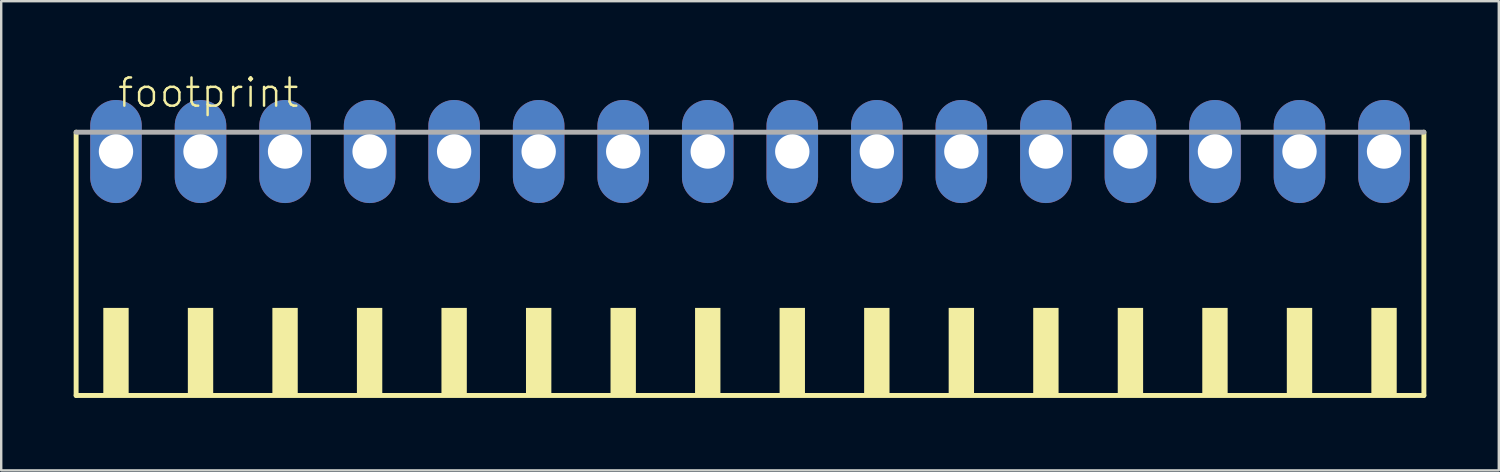
<source format=kicad_pcb>
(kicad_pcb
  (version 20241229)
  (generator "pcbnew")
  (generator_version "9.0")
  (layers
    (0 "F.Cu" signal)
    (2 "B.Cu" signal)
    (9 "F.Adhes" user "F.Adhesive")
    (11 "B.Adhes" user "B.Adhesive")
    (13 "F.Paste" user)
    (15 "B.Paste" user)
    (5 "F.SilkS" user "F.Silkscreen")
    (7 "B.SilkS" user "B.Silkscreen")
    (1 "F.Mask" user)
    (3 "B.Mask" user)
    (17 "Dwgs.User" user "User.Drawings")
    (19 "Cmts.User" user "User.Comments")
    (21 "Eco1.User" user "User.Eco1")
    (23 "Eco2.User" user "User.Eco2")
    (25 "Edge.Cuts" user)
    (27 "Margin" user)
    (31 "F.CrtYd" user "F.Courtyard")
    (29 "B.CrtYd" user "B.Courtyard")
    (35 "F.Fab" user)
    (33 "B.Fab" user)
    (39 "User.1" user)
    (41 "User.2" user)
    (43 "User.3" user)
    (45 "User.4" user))
  (footprint "footprint"
    (layer "F.Cu")
    (at 28.002 8.473)
    (property "Reference" "footprint" (at -26.25 -7 0) (layer "F.SilkS") (effects (font (size 1.168 1.168) (thickness 0.102)) (justify left bottom)))
    (fp_line (start -27.9 -6.05) (end -27.9 4.85) (stroke (width 0.203) (type solid)) (layer "F.SilkS"))
    (fp_line (start -27.9 4.85) (end 27.9 4.85) (stroke (width 0.203) (type solid)) (layer "F.SilkS"))
    (fp_line (start 27.9 4.85) (end 27.9 -6.05) (stroke (width 0.203) (type solid)) (layer "F.SilkS"))
    (fp_poly (pts (xy -26.775 4.9) (xy -25.725 4.9) (xy -25.725 1.225) (xy -26.775 1.225)) (stroke (width 0) (type solid)) (fill yes) (layer "F.SilkS"))
    (fp_poly (pts (xy -23.275 4.9) (xy -22.225 4.9) (xy -22.225 1.225) (xy -23.275 1.225)) (stroke (width 0) (type solid)) (fill yes) (layer "F.SilkS"))
    (fp_poly (pts (xy -19.775 4.9) (xy -18.725 4.9) (xy -18.725 1.225) (xy -19.775 1.225)) (stroke (width 0) (type solid)) (fill yes) (layer "F.SilkS"))
    (fp_poly (pts (xy -16.275 4.9) (xy -15.225 4.9) (xy -15.225 1.225) (xy -16.275 1.225)) (stroke (width 0) (type solid)) (fill yes) (layer "F.SilkS"))
    (fp_poly (pts (xy -12.775 4.9) (xy -11.725 4.9) (xy -11.725 1.225) (xy -12.775 1.225)) (stroke (width 0) (type solid)) (fill yes) (layer "F.SilkS"))
    (fp_poly (pts (xy -9.275 4.9) (xy -8.225 4.9) (xy -8.225 1.225) (xy -9.275 1.225)) (stroke (width 0) (type solid)) (fill yes) (layer "F.SilkS"))
    (fp_poly (pts (xy -5.775 4.9) (xy -4.725 4.9) (xy -4.725 1.225) (xy -5.775 1.225)) (stroke (width 0) (type solid)) (fill yes) (layer "F.SilkS"))
    (fp_poly (pts (xy -2.275 4.9) (xy -1.225 4.9) (xy -1.225 1.225) (xy -2.275 1.225)) (stroke (width 0) (type solid)) (fill yes) (layer "F.SilkS"))
    (fp_poly (pts (xy 1.225 4.9) (xy 2.275 4.9) (xy 2.275 1.225) (xy 1.225 1.225)) (stroke (width 0) (type solid)) (fill yes) (layer "F.SilkS"))
    (fp_poly (pts (xy 4.725 4.9) (xy 5.775 4.9) (xy 5.775 1.225) (xy 4.725 1.225)) (stroke (width 0) (type solid)) (fill yes) (layer "F.SilkS"))
    (fp_poly (pts (xy 8.225 4.9) (xy 9.275 4.9) (xy 9.275 1.225) (xy 8.225 1.225)) (stroke (width 0) (type solid)) (fill yes) (layer "F.SilkS"))
    (fp_poly (pts (xy 11.725 4.9) (xy 12.775 4.9) (xy 12.775 1.225) (xy 11.725 1.225)) (stroke (width 0) (type solid)) (fill yes) (layer "F.SilkS"))
    (fp_poly (pts (xy 15.225 4.9) (xy 16.275 4.9) (xy 16.275 1.225) (xy 15.225 1.225)) (stroke (width 0) (type solid)) (fill yes) (layer "F.SilkS"))
    (fp_poly (pts (xy 18.725 4.9) (xy 19.775 4.9) (xy 19.775 1.225) (xy 18.725 1.225)) (stroke (width 0) (type solid)) (fill yes) (layer "F.SilkS"))
    (fp_poly (pts (xy 22.225 4.9) (xy 23.275 4.9) (xy 23.275 1.225) (xy 22.225 1.225)) (stroke (width 0) (type solid)) (fill yes) (layer "F.SilkS"))
    (fp_poly (pts (xy 25.725 4.9) (xy 26.775 4.9) (xy 26.775 1.225) (xy 25.725 1.225)) (stroke (width 0) (type solid)) (fill yes) (layer "F.SilkS"))
    (fp_line (start 27.9 -6.05) (end -27.9 -6.05) (stroke (width 0.203) (type solid)) (layer "F.Fab"))
    (pad "1" thru_hole oval (at -26.25 -5.25 90) (size 4.267 2.134) (drill 1.422) (layers "*.Cu" "*.Mask"))
    (pad "2" thru_hole oval (at -22.75 -5.25 90) (size 4.267 2.134) (drill 1.422) (layers "*.Cu" "*.Mask"))
    (pad "3" thru_hole oval (at -19.25 -5.25 90) (size 4.267 2.134) (drill 1.422) (layers "*.Cu" "*.Mask"))
    (pad "4" thru_hole oval (at -15.75 -5.25 90) (size 4.267 2.134) (drill 1.422) (layers "*.Cu" "*.Mask"))
    (pad "5" thru_hole oval (at -12.25 -5.25 90) (size 4.267 2.134) (drill 1.422) (layers "*.Cu" "*.Mask"))
    (pad "6" thru_hole oval (at -8.75 -5.25 90) (size 4.267 2.134) (drill 1.422) (layers "*.Cu" "*.Mask"))
    (pad "7" thru_hole oval (at -5.25 -5.25 90) (size 4.267 2.134) (drill 1.422) (layers "*.Cu" "*.Mask"))
    (pad "8" thru_hole oval (at -1.75 -5.25 90) (size 4.267 2.134) (drill 1.422) (layers "*.Cu" "*.Mask"))
    (pad "9" thru_hole oval (at 1.75 -5.25 90) (size 4.267 2.134) (drill 1.422) (layers "*.Cu" "*.Mask"))
    (pad "10" thru_hole oval (at 5.25 -5.25 90) (size 4.267 2.134) (drill 1.422) (layers "*.Cu" "*.Mask"))
    (pad "11" thru_hole oval (at 8.75 -5.25 90) (size 4.267 2.134) (drill 1.422) (layers "*.Cu" "*.Mask"))
    (pad "12" thru_hole oval (at 12.25 -5.25 90) (size 4.267 2.134) (drill 1.422) (layers "*.Cu" "*.Mask"))
    (pad "13" thru_hole oval (at 15.75 -5.25 90) (size 4.267 2.134) (drill 1.422) (layers "*.Cu" "*.Mask"))
    (pad "14" thru_hole oval (at 19.25 -5.25 90) (size 4.267 2.134) (drill 1.422) (layers "*.Cu" "*.Mask"))
    (pad "15" thru_hole oval (at 22.75 -5.25 90) (size 4.267 2.134) (drill 1.422) (layers "*.Cu" "*.Mask"))
    (pad "16" thru_hole oval (at 26.25 -5.25 90) (size 4.267 2.134) (drill 1.422) (layers "*.Cu" "*.Mask")))
  (gr_rect
    (start -3 -3)
    (end 59.003 16.425)
    (stroke (width 0.1) (type default))
    (fill no)
    (layer "Edge.Cuts")))
</source>
